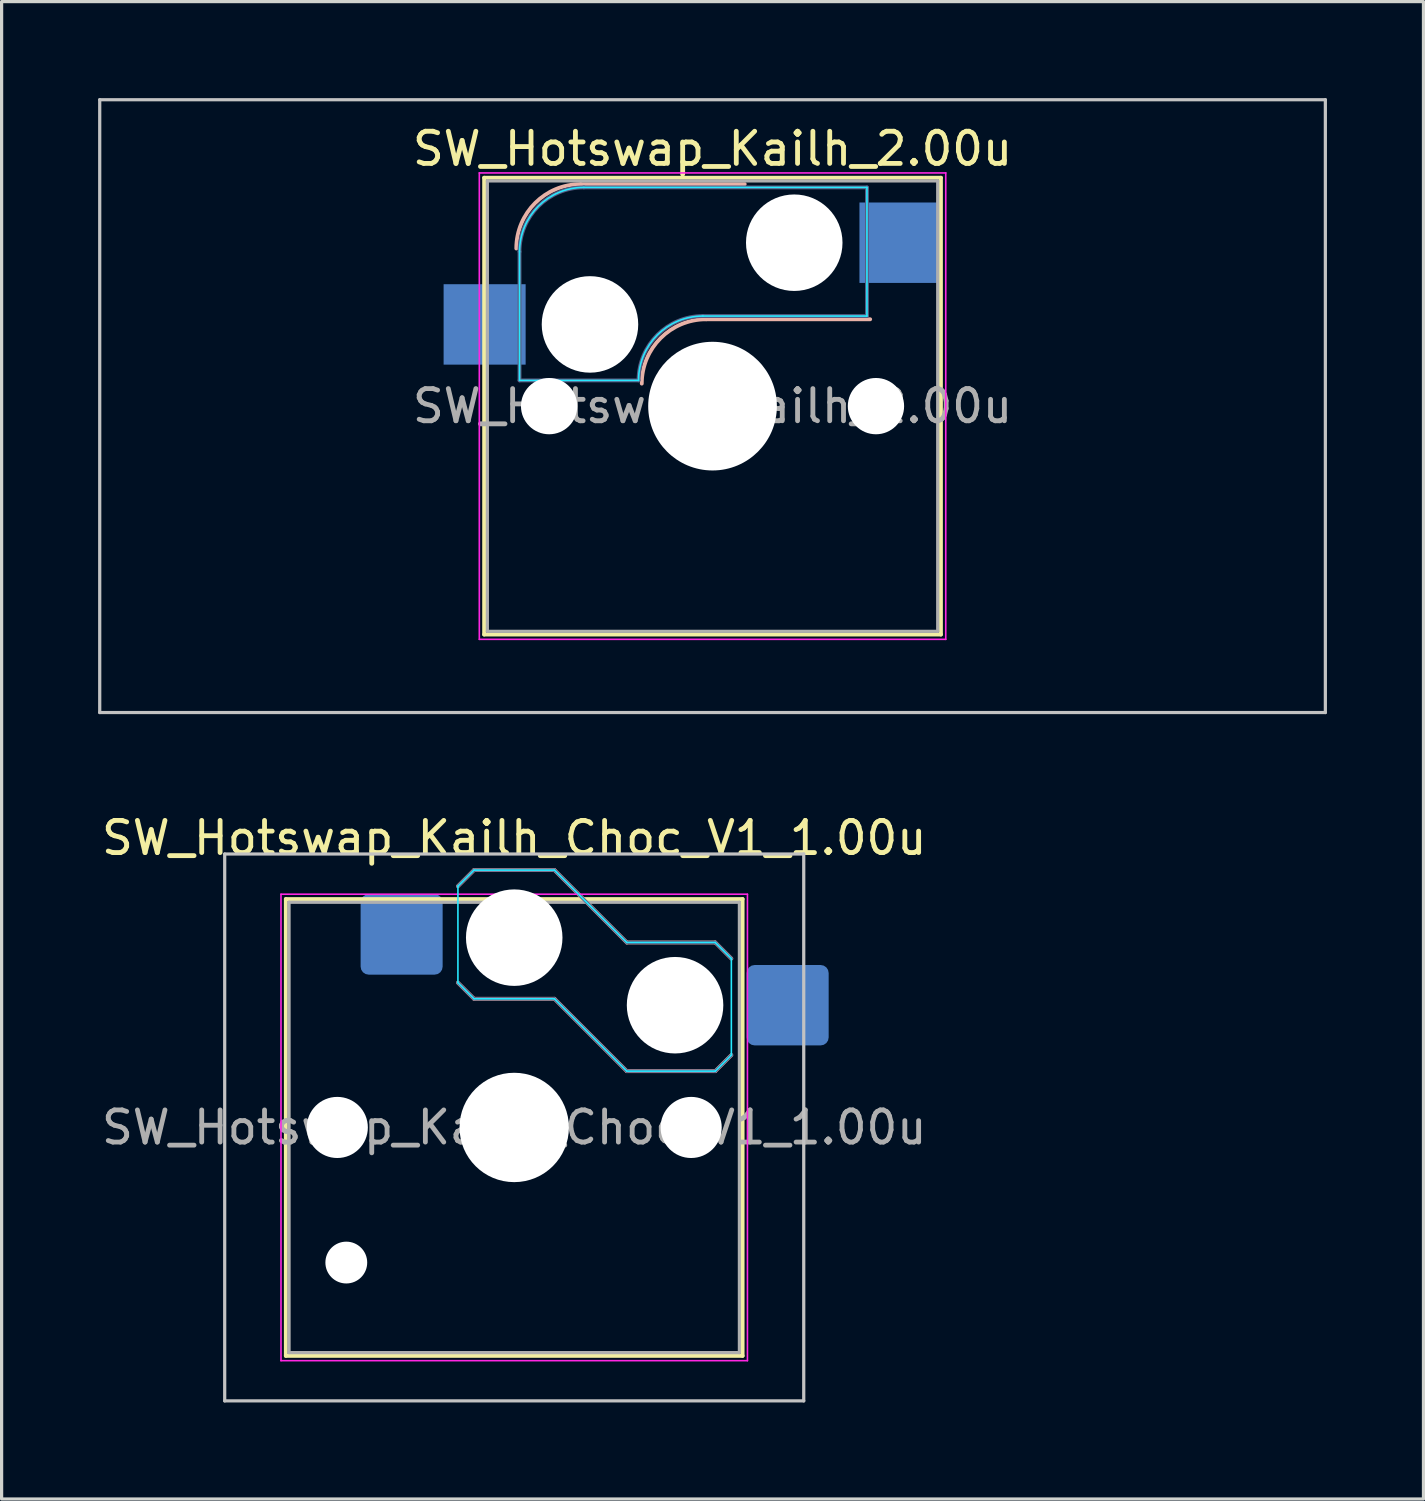
<source format=kicad_pcb>
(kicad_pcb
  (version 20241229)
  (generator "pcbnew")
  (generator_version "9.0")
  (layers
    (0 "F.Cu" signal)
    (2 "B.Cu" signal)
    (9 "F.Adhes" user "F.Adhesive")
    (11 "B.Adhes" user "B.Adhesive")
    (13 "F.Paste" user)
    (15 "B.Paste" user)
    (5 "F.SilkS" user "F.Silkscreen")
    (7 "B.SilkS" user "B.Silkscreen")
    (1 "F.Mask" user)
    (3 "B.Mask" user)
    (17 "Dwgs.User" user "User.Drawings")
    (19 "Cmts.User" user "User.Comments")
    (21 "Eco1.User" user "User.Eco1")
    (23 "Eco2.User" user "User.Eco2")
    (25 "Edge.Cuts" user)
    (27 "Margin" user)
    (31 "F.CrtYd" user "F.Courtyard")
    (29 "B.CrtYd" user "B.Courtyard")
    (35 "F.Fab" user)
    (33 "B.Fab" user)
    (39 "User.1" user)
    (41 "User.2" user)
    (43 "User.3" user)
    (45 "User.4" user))
  (footprint "SW_Hotswap_Kailh_Choc_V1_1.00u"
    (layer "F.Cu")
    (at 12.935 31.998)
    (property "Reference" "SW_Hotswap_Kailh_Choc_V1_1.00u" (at 0 -9 0) (layer "F.SilkS") (effects (font (size 1 1) (thickness 0.15))))
    (attr smd)
    (fp_line (start -7.1 -7.1) (end -7.1 7.1) (stroke (width 0.12) (type solid)) (layer "F.SilkS"))
    (fp_line (start -7.1 7.1) (end 7.1 7.1) (stroke (width 0.12) (type solid)) (layer "F.SilkS"))
    (fp_line (start 7.1 -7.1) (end -7.1 -7.1) (stroke (width 0.12) (type solid)) (layer "F.SilkS"))
    (fp_line (start 7.1 7.1) (end 7.1 -7.1) (stroke (width 0.12) (type solid)) (layer "F.SilkS"))
    (fp_line (start -1.75 -7.5) (end -1.25 -8) (stroke (width 0.12) (type solid)) (layer "B.SilkS"))
    (fp_line (start -1.25 -8) (end 1.25 -8) (stroke (width 0.12) (type solid)) (layer "B.SilkS"))
    (fp_line (start -1.25 -4) (end -1.75 -4.5) (stroke (width 0.12) (type solid)) (layer "B.SilkS"))
    (fp_line (start 1.25 -8) (end 3.5 -5.75) (stroke (width 0.12) (type solid)) (layer "B.SilkS"))
    (fp_line (start 1.25 -4) (end -1.25 -4) (stroke (width 0.12) (type solid)) (layer "B.SilkS"))
    (fp_line (start 3.5 -5.75) (end 6.25 -5.75) (stroke (width 0.12) (type solid)) (layer "B.SilkS"))
    (fp_line (start 3.5 -1.75) (end 1.25 -4) (stroke (width 0.12) (type solid)) (layer "B.SilkS"))
    (fp_line (start 6.25 -5.75) (end 6.75 -5.25) (stroke (width 0.12) (type solid)) (layer "B.SilkS"))
    (fp_line (start 6.25 -1.75) (end 3.5 -1.75) (stroke (width 0.12) (type solid)) (layer "B.SilkS"))
    (fp_line (start 6.75 -2.25) (end 6.25 -1.75) (stroke (width 0.12) (type solid)) (layer "B.SilkS"))
    (fp_line (start -9 -8.5) (end -9 8.5) (stroke (width 0.1) (type solid)) (layer "Dwgs.User"))
    (fp_line (start -9 8.5) (end 9 8.5) (stroke (width 0.1) (type solid)) (layer "Dwgs.User"))
    (fp_line (start 9 -8.5) (end -9 -8.5) (stroke (width 0.1) (type solid)) (layer "Dwgs.User"))
    (fp_line (start 9 8.5) (end 9 -8.5) (stroke (width 0.1) (type solid)) (layer "Dwgs.User"))
    (fp_line (start -1.75 -7.5) (end -1.25 -8) (stroke (width 0.05) (type solid)) (layer "B.CrtYd"))
    (fp_line (start -1.75 -4.5) (end -1.75 -7.5) (stroke (width 0.05) (type solid)) (layer "B.CrtYd"))
    (fp_line (start -1.25 -8) (end 1.25 -8) (stroke (width 0.05) (type solid)) (layer "B.CrtYd"))
    (fp_line (start -1.25 -4) (end -1.75 -4.5) (stroke (width 0.05) (type solid)) (layer "B.CrtYd"))
    (fp_line (start 1.25 -8) (end 3.5 -5.75) (stroke (width 0.05) (type solid)) (layer "B.CrtYd"))
    (fp_line (start 1.25 -4) (end -1.25 -4) (stroke (width 0.05) (type solid)) (layer "B.CrtYd"))
    (fp_line (start 3.5 -5.75) (end 6.25 -5.75) (stroke (width 0.05) (type solid)) (layer "B.CrtYd"))
    (fp_line (start 3.5 -1.75) (end 1.25 -4) (stroke (width 0.05) (type solid)) (layer "B.CrtYd"))
    (fp_line (start 6.25 -5.75) (end 6.75 -5.25) (stroke (width 0.05) (type solid)) (layer "B.CrtYd"))
    (fp_line (start 6.25 -1.75) (end 3.5 -1.75) (stroke (width 0.05) (type solid)) (layer "B.CrtYd"))
    (fp_line (start 6.75 -5.25) (end 6.75 -2.25) (stroke (width 0.05) (type solid)) (layer "B.CrtYd"))
    (fp_line (start 6.75 -2.25) (end 6.25 -1.75) (stroke (width 0.05) (type solid)) (layer "B.CrtYd"))
    (fp_line (start -7.25 -7.25) (end -7.25 7.25) (stroke (width 0.05) (type solid)) (layer "F.CrtYd"))
    (fp_line (start -7.25 7.25) (end 7.25 7.25) (stroke (width 0.05) (type solid)) (layer "F.CrtYd"))
    (fp_line (start 7.25 -7.25) (end -7.25 -7.25) (stroke (width 0.05) (type solid)) (layer "F.CrtYd"))
    (fp_line (start 7.25 7.25) (end 7.25 -7.25) (stroke (width 0.05) (type solid)) (layer "F.CrtYd"))
    (fp_line (start -1.75 -7.5) (end -1.25 -8) (stroke (width 0.1) (type solid)) (layer "B.Fab"))
    (fp_line (start -1.25 -8) (end 1.25 -8) (stroke (width 0.1) (type solid)) (layer "B.Fab"))
    (fp_line (start -1.25 -4) (end -1.75 -4.5) (stroke (width 0.1) (type solid)) (layer "B.Fab"))
    (fp_line (start 1.25 -8) (end 3.5 -5.75) (stroke (width 0.1) (type solid)) (layer "B.Fab"))
    (fp_line (start 1.25 -4) (end -1.25 -4) (stroke (width 0.1) (type solid)) (layer "B.Fab"))
    (fp_line (start 3.5 -5.75) (end 6.25 -5.75) (stroke (width 0.1) (type solid)) (layer "B.Fab"))
    (fp_line (start 3.5 -1.75) (end 1.25 -4) (stroke (width 0.1) (type solid)) (layer "B.Fab"))
    (fp_line (start 6.25 -5.75) (end 6.75 -5.25) (stroke (width 0.1) (type solid)) (layer "B.Fab"))
    (fp_line (start 6.25 -1.75) (end 3.5 -1.75) (stroke (width 0.1) (type solid)) (layer "B.Fab"))
    (fp_line (start 6.75 -2.25) (end 6.25 -1.75) (stroke (width 0.1) (type solid)) (layer "B.Fab"))
    (fp_line (start -7 -7) (end -7 7) (stroke (width 0.1) (type solid)) (layer "F.Fab"))
    (fp_line (start -7 7) (end 7 7) (stroke (width 0.1) (type solid)) (layer "F.Fab"))
    (fp_line (start 7 -7) (end -7 -7) (stroke (width 0.1) (type solid)) (layer "F.Fab"))
    (fp_line (start 7 7) (end 7 -7) (stroke (width 0.1) (type solid)) (layer "F.Fab"))
    (fp_text user "${REFERENCE}" (at 0 0 0) (layer "F.Fab") (effects (font (size 1 1) (thickness 0.15))))
    (pad "" np_thru_hole circle (at -5.5 0) (size 1.9 1.9) (drill 1.9) (layers "*.Cu" "*.Mask"))
    (pad "" np_thru_hole circle (at -5.22 4.2) (size 1.3 1.3) (drill 1.3) (layers "*.Cu" "*.Mask"))
    (pad "" np_thru_hole circle (at 0 -5.9) (size 3 3) (drill 3) (layers "*.Cu" "*.Mask"))
    (pad "" np_thru_hole circle (at 0 0) (size 3.4 3.4) (drill 3.4) (layers "*.Cu" "*.Mask"))
    (pad "" np_thru_hole circle (at 5 -3.8) (size 3 3) (drill 3) (layers "*.Cu" "*.Mask"))
    (pad "" np_thru_hole circle (at 5.5 0) (size 1.9 1.9) (drill 1.9) (layers "*.Cu" "*.Mask"))
    (pad "1" smd roundrect (at -3.5 -6) (size 2.55 2.5) (layers "B.Cu" "B.Mask" "B.Paste") (roundrect_rratio 0.1))
    (pad "2" smd roundrect (at 8.5 -3.8) (size 2.55 2.5) (layers "B.Cu" "B.Mask" "B.Paste") (roundrect_rratio 0.1)))
  (footprint "SW_Hotswap_Kailh_2.00u"
    (layer "F.Cu")
    (at 19.1 9.575)
    (property "Reference" "SW_Hotswap_Kailh_2.00u" (at 0 -8 0) (layer "F.SilkS") (effects (font (size 1 1) (thickness 0.15))))
    (attr smd)
    (fp_line (start -7.1 -7.1) (end -7.1 7.1) (stroke (width 0.12) (type solid)) (layer "F.SilkS"))
    (fp_line (start -7.1 7.1) (end 7.1 7.1) (stroke (width 0.12) (type solid)) (layer "F.SilkS"))
    (fp_line (start 7.1 -7.1) (end -7.1 -7.1) (stroke (width 0.12) (type solid)) (layer "F.SilkS"))
    (fp_line (start 7.1 7.1) (end 7.1 -7.1) (stroke (width 0.12) (type solid)) (layer "F.SilkS"))
    (fp_line (start -4.1 -6.9) (end 1 -6.9) (stroke (width 0.12) (type solid)) (layer "B.SilkS"))
    (fp_line (start -0.2 -2.7) (end 4.9 -2.7) (stroke (width 0.12) (type solid)) (layer "B.SilkS"))
    (fp_arc (start -6.1 -4.9) (mid -5.514214 -6.314214) (end -4.1 -6.9) (stroke (width 0.12) (type solid)) (layer "B.SilkS"))
    (fp_arc (start -2.2 -0.7) (mid -1.614214 -2.114214) (end -0.2 -2.7) (stroke (width 0.12) (type solid)) (layer "B.SilkS"))
    (fp_line (start -19.05 -9.525) (end -19.05 9.525) (stroke (width 0.1) (type solid)) (layer "Dwgs.User"))
    (fp_line (start -19.05 9.525) (end 19.05 9.525) (stroke (width 0.1) (type solid)) (layer "Dwgs.User"))
    (fp_line (start 19.05 -9.525) (end -19.05 -9.525) (stroke (width 0.1) (type solid)) (layer "Dwgs.User"))
    (fp_line (start 19.05 9.525) (end 19.05 -9.525) (stroke (width 0.1) (type solid)) (layer "Dwgs.User"))
    (fp_line (start -7.8 -6) (end -7 -6) (stroke (width 0.1) (type solid)) (layer "Eco1.User"))
    (fp_line (start -7.8 -2.9) (end -7.8 -6) (stroke (width 0.1) (type solid)) (layer "Eco1.User"))
    (fp_line (start -7.8 2.9) (end -7 2.9) (stroke (width 0.1) (type solid)) (layer "Eco1.User"))
    (fp_line (start -7.8 6) (end -7.8 2.9) (stroke (width 0.1) (type solid)) (layer "Eco1.User"))
    (fp_line (start -7 -7) (end 7 -7) (stroke (width 0.1) (type solid)) (layer "Eco1.User"))
    (fp_line (start -7 -6) (end -7 -7) (stroke (width 0.1) (type solid)) (layer "Eco1.User"))
    (fp_line (start -7 -2.9) (end -7.8 -2.9) (stroke (width 0.1) (type solid)) (layer "Eco1.User"))
    (fp_line (start -7 2.9) (end -7 -2.9) (stroke (width 0.1) (type solid)) (layer "Eco1.User"))
    (fp_line (start -7 6) (end -7.8 6) (stroke (width 0.1) (type solid)) (layer "Eco1.User"))
    (fp_line (start -7 7) (end -7 6) (stroke (width 0.1) (type solid)) (layer "Eco1.User"))
    (fp_line (start 7 -7) (end 7 -6) (stroke (width 0.1) (type solid)) (layer "Eco1.User"))
    (fp_line (start 7 -6) (end 7.8 -6) (stroke (width 0.1) (type solid)) (layer "Eco1.User"))
    (fp_line (start 7 -2.9) (end 7 2.9) (stroke (width 0.1) (type solid)) (layer "Eco1.User"))
    (fp_line (start 7 2.9) (end 7.8 2.9) (stroke (width 0.1) (type solid)) (layer "Eco1.User"))
    (fp_line (start 7 6) (end 7 7) (stroke (width 0.1) (type solid)) (layer "Eco1.User"))
    (fp_line (start 7 7) (end -7 7) (stroke (width 0.1) (type solid)) (layer "Eco1.User"))
    (fp_line (start 7.8 -6) (end 7.8 -2.9) (stroke (width 0.1) (type solid)) (layer "Eco1.User"))
    (fp_line (start 7.8 -2.9) (end 7 -2.9) (stroke (width 0.1) (type solid)) (layer "Eco1.User"))
    (fp_line (start 7.8 2.9) (end 7.8 6) (stroke (width 0.1) (type solid)) (layer "Eco1.User"))
    (fp_line (start 7.8 6) (end 7 6) (stroke (width 0.1) (type solid)) (layer "Eco1.User"))
    (fp_line (start -6 -0.8) (end -6 -4.8) (stroke (width 0.05) (type solid)) (layer "B.CrtYd"))
    (fp_line (start -6 -0.8) (end -2.3 -0.8) (stroke (width 0.05) (type solid)) (layer "B.CrtYd"))
    (fp_line (start -4 -6.8) (end 4.8 -6.8) (stroke (width 0.05) (type solid)) (layer "B.CrtYd"))
    (fp_line (start -0.3 -2.8) (end 4.8 -2.8) (stroke (width 0.05) (type solid)) (layer "B.CrtYd"))
    (fp_line (start 4.8 -6.8) (end 4.8 -2.8) (stroke (width 0.05) (type solid)) (layer "B.CrtYd"))
    (fp_arc (start -6 -4.8) (mid -5.414214 -6.214214) (end -4 -6.8) (stroke (width 0.05) (type solid)) (layer "B.CrtYd"))
    (fp_arc (start -2.3 -0.8) (mid -1.714214 -2.214214) (end -0.3 -2.8) (stroke (width 0.05) (type solid)) (layer "B.CrtYd"))
    (fp_line (start -7.25 -7.25) (end -7.25 7.25) (stroke (width 0.05) (type solid)) (layer "F.CrtYd"))
    (fp_line (start -7.25 7.25) (end 7.25 7.25) (stroke (width 0.05) (type solid)) (layer "F.CrtYd"))
    (fp_line (start 7.25 -7.25) (end -7.25 -7.25) (stroke (width 0.05) (type solid)) (layer "F.CrtYd"))
    (fp_line (start 7.25 7.25) (end 7.25 -7.25) (stroke (width 0.05) (type solid)) (layer "F.CrtYd"))
    (fp_line (start -6 -0.8) (end -6 -4.8) (stroke (width 0.12) (type solid)) (layer "B.Fab"))
    (fp_line (start -6 -0.8) (end -2.3 -0.8) (stroke (width 0.12) (type solid)) (layer "B.Fab"))
    (fp_line (start -4 -6.8) (end 4.8 -6.8) (stroke (width 0.12) (type solid)) (layer "B.Fab"))
    (fp_line (start -0.3 -2.8) (end 4.8 -2.8) (stroke (width 0.12) (type solid)) (layer "B.Fab"))
    (fp_line (start 4.8 -6.8) (end 4.8 -2.8) (stroke (width 0.12) (type solid)) (layer "B.Fab"))
    (fp_arc (start -6 -4.8) (mid -5.414214 -6.214214) (end -4 -6.8) (stroke (width 0.12) (type solid)) (layer "B.Fab"))
    (fp_arc (start -2.3 -0.8) (mid -1.714214 -2.214214) (end -0.3 -2.8) (stroke (width 0.12) (type solid)) (layer "B.Fab"))
    (fp_line (start -7 -7) (end -7 7) (stroke (width 0.1) (type solid)) (layer "F.Fab"))
    (fp_line (start -7 7) (end 7 7) (stroke (width 0.1) (type solid)) (layer "F.Fab"))
    (fp_line (start 7 -7) (end -7 -7) (stroke (width 0.1) (type solid)) (layer "F.Fab"))
    (fp_line (start 7 7) (end 7 -7) (stroke (width 0.1) (type solid)) (layer "F.Fab"))
    (fp_text user "${REFERENCE}" (at 0 0 0) (layer "F.Fab") (effects (font (size 1 1) (thickness 0.15))))
    (pad "" np_thru_hole circle (at -5.08 0) (size 1.75 1.75) (drill 1.75) (layers "*.Cu" "*.Mask"))
    (pad "" np_thru_hole circle (at -3.81 -2.54) (size 3 3) (drill 3) (layers "*.Cu" "*.Mask"))
    (pad "" np_thru_hole circle (at 0 0) (size 4 4) (drill 4) (layers "*.Cu" "*.Mask"))
    (pad "" np_thru_hole circle (at 2.54 -5.08) (size 3 3) (drill 3) (layers "*.Cu" "*.Mask"))
    (pad "" np_thru_hole circle (at 5.08 0) (size 1.75 1.75) (drill 1.75) (layers "*.Cu" "*.Mask"))
    (pad "1" smd rect (at -7.085 -2.54) (size 2.55 2.5) (layers "B.Cu" "B.Mask" "B.Paste"))
    (pad "2" smd rect (at 5.842 -5.08) (size 2.55 2.5) (layers "B.Cu" "B.Mask" "B.Paste")))
  (gr_rect
    (start -3 -3)
    (end 41.2 43.548)
    (stroke (width 0.1) (type default))
    (fill no)
    (layer "Edge.Cuts")))
</source>
